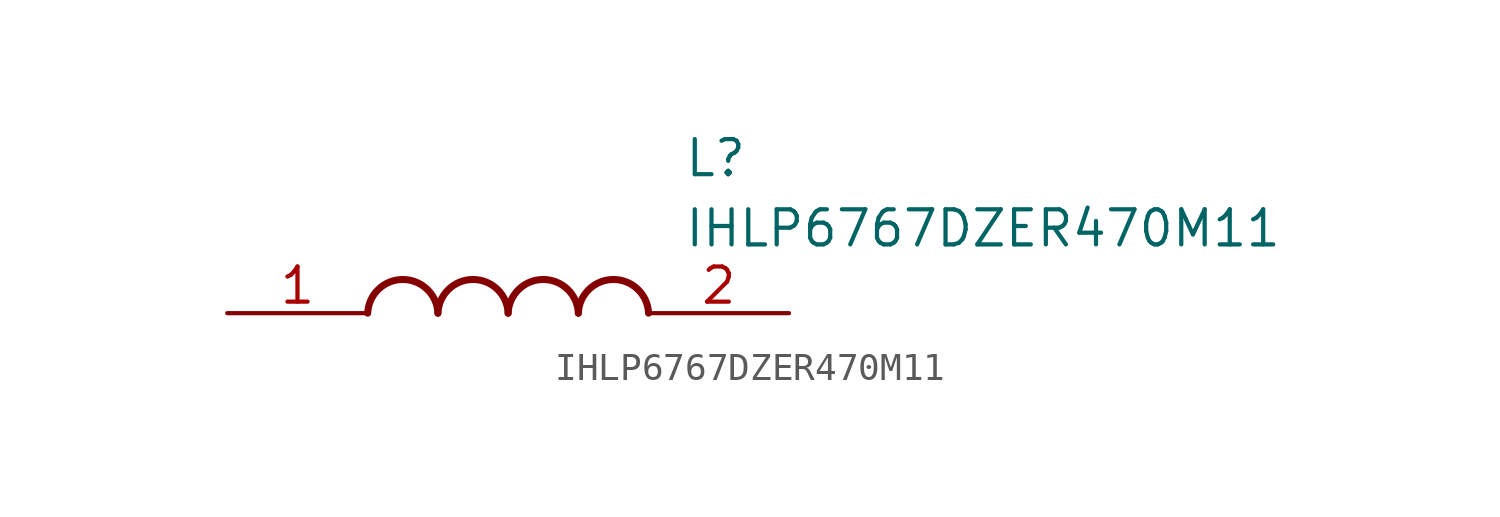
<source format=kicad_sym>
(kicad_symbol_lib
  (version 20211014)
  (generator SamacSys_ECAD_Model)
  (symbol "IHLP6767DZER470M11"
    (pin_names hide)
    (property "Reference" "L"
      (at 16.51 6.35 0)
      (effects (font (size 1.27 1.27)) (justify left top)))
    (property "Value" "IHLP6767DZER470M11"
      (at 16.51 3.81 0)
      (effects (font (size 1.27 1.27)) (justify left top)))
    (arc
      (start 7.62 0)
      (mid 6.35 1.219)
      (end 5.08 0)
      (stroke (width 0.254) (type default))
      (fill (type none)))
    (arc
      (start 10.16 0)
      (mid 8.89 1.219)
      (end 7.62 0)
      (stroke (width 0.254) (type default))
      (fill (type none)))
    (arc
      (start 12.7 0)
      (mid 11.43 1.219)
      (end 10.16 0)
      (stroke (width 0.254) (type default))
      (fill (type none)))
    (arc
      (start 15.24 0)
      (mid 13.97 1.219)
      (end 12.7 0)
      (stroke (width 0.254) (type default))
      (fill (type none)))
    (pin passive line
      (at 0 0 0)
      (length 5.08)
      (name "1" (effects (font (size 1.27 1.27))))
      (number "1" (effects (font (size 1.27 1.27)))))
    (pin passive line
      (at 20.32 0 180)
      (length 5.08)
      (name "2" (effects (font (size 1.27 1.27))))
      (number "2" (effects (font (size 1.27 1.27)))))))
</source>
